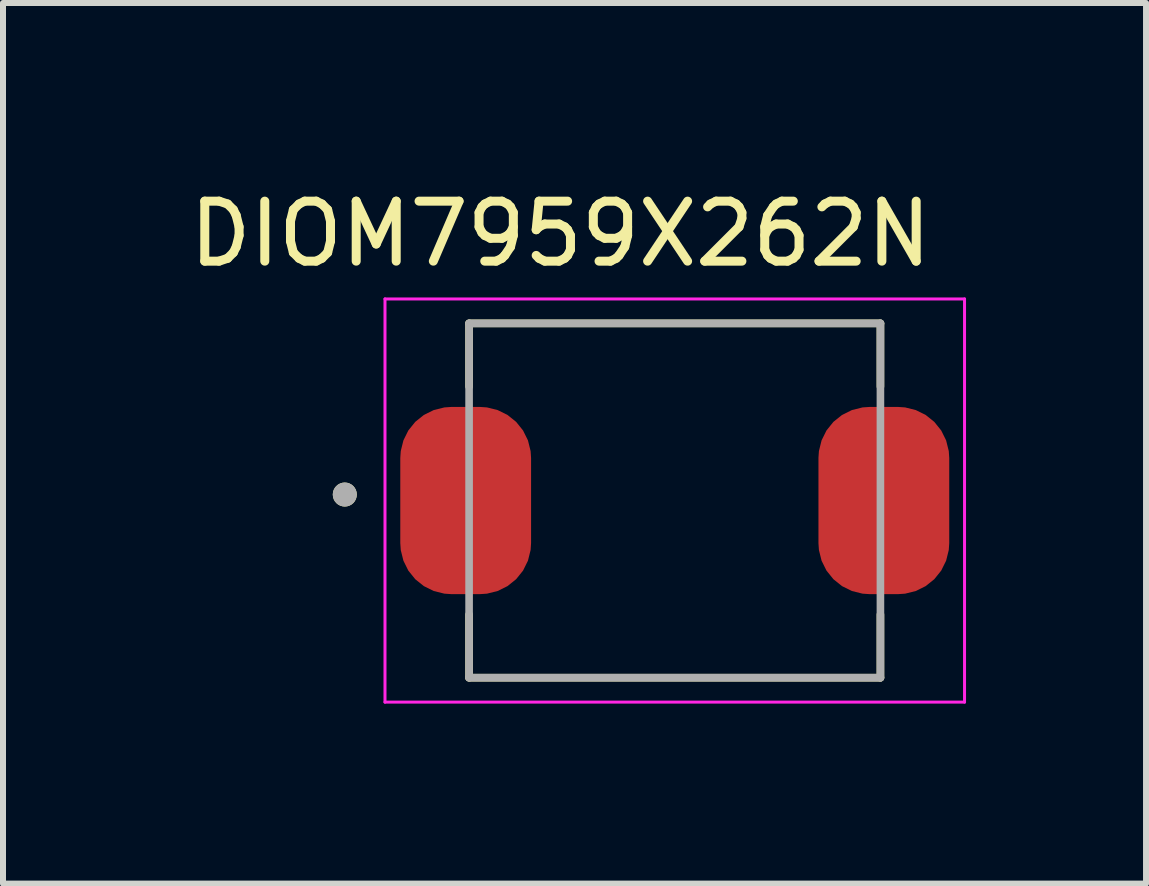
<source format=kicad_pcb>
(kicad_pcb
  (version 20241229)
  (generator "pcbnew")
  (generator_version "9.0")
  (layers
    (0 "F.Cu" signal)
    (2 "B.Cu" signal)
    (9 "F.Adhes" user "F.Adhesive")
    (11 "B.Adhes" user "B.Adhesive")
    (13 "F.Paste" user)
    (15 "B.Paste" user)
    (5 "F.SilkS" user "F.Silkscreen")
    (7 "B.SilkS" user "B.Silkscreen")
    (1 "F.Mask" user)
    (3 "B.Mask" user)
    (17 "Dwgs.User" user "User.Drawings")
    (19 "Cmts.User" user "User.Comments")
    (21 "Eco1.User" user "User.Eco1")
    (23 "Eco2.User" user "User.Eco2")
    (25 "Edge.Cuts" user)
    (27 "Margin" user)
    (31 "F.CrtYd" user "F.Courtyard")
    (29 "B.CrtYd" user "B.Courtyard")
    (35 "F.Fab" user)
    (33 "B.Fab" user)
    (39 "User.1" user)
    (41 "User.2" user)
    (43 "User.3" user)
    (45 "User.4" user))
  (footprint "DIOM7959X262N"
    (layer "F.Cu")
    (at 8.197 5.293)
    (property "Reference" "DIOM7959X262N" (at -1.905 -4.445 0) (layer "F.SilkS") (effects (font (size 1 1) (thickness 0.15))))
    (attr smd)
    (fp_line (start -3.428 -2.953) (end 3.428 -2.953) (stroke (width 0.127) (type solid)) (layer "F.SilkS"))
    (fp_line (start -3.428 -1.9) (end -3.428 -2.953) (stroke (width 0.127) (type solid)) (layer "F.SilkS"))
    (fp_line (start -3.428 1.9) (end -3.428 2.953) (stroke (width 0.127) (type solid)) (layer "F.SilkS"))
    (fp_line (start -3.428 2.953) (end 3.428 2.953) (stroke (width 0.127) (type solid)) (layer "F.SilkS"))
    (fp_line (start 3.428 -2.953) (end 3.428 -1.9) (stroke (width 0.127) (type solid)) (layer "F.SilkS"))
    (fp_line (start 3.428 2.953) (end 3.428 1.9) (stroke (width 0.127) (type solid)) (layer "F.SilkS"))
    (fp_circle (center -5.5 -0.1) (end -5.4 -0.1) (stroke (width 0.2) (type solid)) (fill no) (layer "F.SilkS"))
    (fp_line (start -4.83 -3.36) (end 4.83 -3.36) (stroke (width 0.05) (type solid)) (layer "F.CrtYd"))
    (fp_line (start -4.83 3.36) (end -4.83 -3.36) (stroke (width 0.05) (type solid)) (layer "F.CrtYd"))
    (fp_line (start 4.83 -3.36) (end 4.83 3.36) (stroke (width 0.05) (type solid)) (layer "F.CrtYd"))
    (fp_line (start 4.83 3.36) (end -4.83 3.36) (stroke (width 0.05) (type solid)) (layer "F.CrtYd"))
    (fp_line (start -3.428 -2.953) (end 3.428 -2.953) (stroke (width 0.127) (type solid)) (layer "F.Fab"))
    (fp_line (start -3.428 2.953) (end -3.428 -2.953) (stroke (width 0.127) (type solid)) (layer "F.Fab"))
    (fp_line (start 3.428 -2.953) (end 3.428 2.953) (stroke (width 0.127) (type solid)) (layer "F.Fab"))
    (fp_line (start 3.428 2.953) (end -3.428 2.953) (stroke (width 0.127) (type solid)) (layer "F.Fab"))
    (fp_circle (center -5.5 -0.1) (end -5.4 -0.1) (stroke (width 0.2) (type solid)) (fill no) (layer "F.Fab"))
    (pad "A" smd roundrect (at 3.485 0) (size 2.18 3.12) (layers "F.Cu" "F.Mask" "F.Paste") (roundrect_rratio 0.39))
    (pad "C" smd roundrect (at -3.485 0) (size 2.18 3.12) (layers "F.Cu" "F.Mask" "F.Paste") (roundrect_rratio 0.39)))
  (gr_rect
    (start -3 -3)
    (end 16.052 11.678)
    (stroke (width 0.1) (type default))
    (fill no)
    (layer "Edge.Cuts")))
</source>
